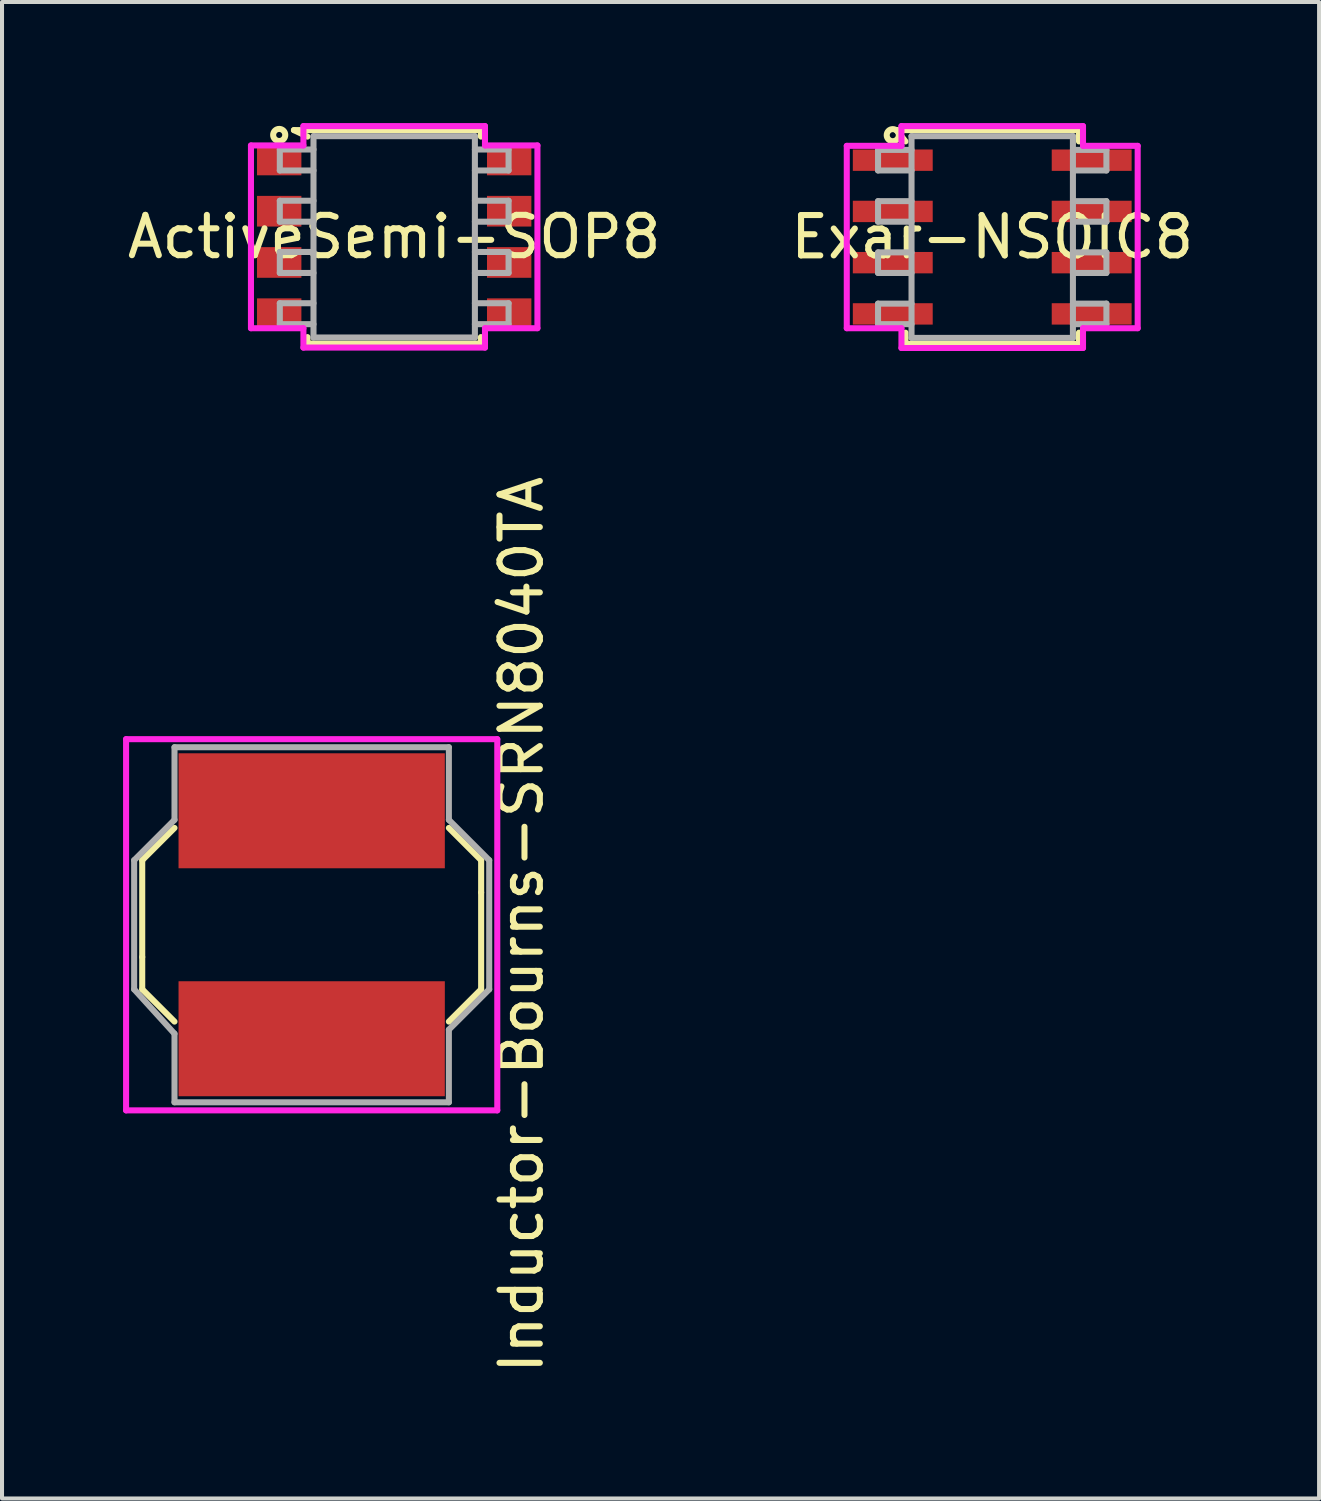
<source format=kicad_pcb>
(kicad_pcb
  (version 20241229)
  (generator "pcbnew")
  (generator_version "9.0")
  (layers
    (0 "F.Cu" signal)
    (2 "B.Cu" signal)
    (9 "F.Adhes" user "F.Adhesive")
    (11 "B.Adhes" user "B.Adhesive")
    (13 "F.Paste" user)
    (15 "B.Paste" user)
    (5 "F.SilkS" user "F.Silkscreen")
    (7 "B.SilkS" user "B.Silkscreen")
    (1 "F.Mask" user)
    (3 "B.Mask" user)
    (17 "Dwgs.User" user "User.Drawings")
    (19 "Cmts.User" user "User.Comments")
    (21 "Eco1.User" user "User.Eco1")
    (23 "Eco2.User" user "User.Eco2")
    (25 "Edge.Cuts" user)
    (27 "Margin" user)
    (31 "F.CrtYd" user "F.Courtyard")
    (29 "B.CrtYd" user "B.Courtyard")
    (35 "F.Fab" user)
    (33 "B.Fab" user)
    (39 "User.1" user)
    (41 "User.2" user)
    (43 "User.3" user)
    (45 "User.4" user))
  (footprint "ActiveSemi-SOP8"
    (layer "F.Cu")
    (at 6.72 2.82)
    (property "Reference" "ActiveSemi-SOP8" (at 0 0 0) (layer "F.SilkS") (effects (font (size 1 1) (thickness 0.15))))
    (attr through_hole)
    (fp_line (start -2.485 -2.645) (end 2.15 -2.645) (stroke (width 0.15) (type solid)) (layer "F.SilkS"))
    (fp_line (start -2.15 -2.485) (end -2.485 -2.645) (stroke (width 0.15) (type solid)) (layer "F.SilkS"))
    (fp_line (start -2.15 2.645) (end -2.15 2.485) (stroke (width 0.15) (type solid)) (layer "F.SilkS"))
    (fp_line (start 2.15 -2.645) (end 2.15 -2.485) (stroke (width 0.15) (type solid)) (layer "F.SilkS"))
    (fp_line (start 2.15 2.485) (end 2.15 2.645) (stroke (width 0.15) (type solid)) (layer "F.SilkS"))
    (fp_line (start 2.15 2.645) (end -2.15 2.645) (stroke (width 0.15) (type solid)) (layer "F.SilkS"))
    (fp_circle (center -2.85 -2.525) (end -2.85 -2.375) (stroke (width 0.15) (type solid)) (fill no) (layer "F.SilkS"))
    (fp_line (start -3.55 -2.265) (end -2.25 -2.265) (stroke (width 0.15) (type solid)) (layer "F.CrtYd"))
    (fp_line (start -3.55 2.265) (end -3.55 -2.265) (stroke (width 0.15) (type solid)) (layer "F.CrtYd"))
    (fp_line (start -2.25 -2.745) (end 2.25 -2.745) (stroke (width 0.15) (type solid)) (layer "F.CrtYd"))
    (fp_line (start -2.25 -2.265) (end -2.25 -2.745) (stroke (width 0.15) (type solid)) (layer "F.CrtYd"))
    (fp_line (start -2.25 2.265) (end -3.55 2.265) (stroke (width 0.15) (type solid)) (layer "F.CrtYd"))
    (fp_line (start -2.25 2.745) (end -2.25 2.265) (stroke (width 0.15) (type solid)) (layer "F.CrtYd"))
    (fp_line (start 2.25 -2.745) (end 2.25 -2.265) (stroke (width 0.15) (type solid)) (layer "F.CrtYd"))
    (fp_line (start 2.25 -2.265) (end 3.55 -2.265) (stroke (width 0.15) (type solid)) (layer "F.CrtYd"))
    (fp_line (start 2.25 2.265) (end 2.25 2.745) (stroke (width 0.15) (type solid)) (layer "F.CrtYd"))
    (fp_line (start 2.25 2.745) (end -2.25 2.745) (stroke (width 0.15) (type solid)) (layer "F.CrtYd"))
    (fp_line (start 3.55 -2.265) (end 3.55 2.265) (stroke (width 0.15) (type solid)) (layer "F.CrtYd"))
    (fp_line (start 3.55 2.265) (end 2.25 2.265) (stroke (width 0.15) (type solid)) (layer "F.CrtYd"))
    (fp_line (start -2.835 -2.165) (end -2.835 -1.645) (stroke (width 0.15) (type solid)) (layer "F.Fab"))
    (fp_line (start -2.835 -1.645) (end -2 -1.645) (stroke (width 0.15) (type solid)) (layer "F.Fab"))
    (fp_line (start -2.835 -0.895) (end -2.835 -0.375) (stroke (width 0.15) (type solid)) (layer "F.Fab"))
    (fp_line (start -2.835 -0.375) (end -2 -0.375) (stroke (width 0.15) (type solid)) (layer "F.Fab"))
    (fp_line (start -2.835 0.375) (end -2.835 0.895) (stroke (width 0.15) (type solid)) (layer "F.Fab"))
    (fp_line (start -2.835 0.895) (end -2 0.895) (stroke (width 0.15) (type solid)) (layer "F.Fab"))
    (fp_line (start -2.835 1.645) (end -2.835 2.165) (stroke (width 0.15) (type solid)) (layer "F.Fab"))
    (fp_line (start -2.835 2.165) (end -2 2.165) (stroke (width 0.15) (type solid)) (layer "F.Fab"))
    (fp_line (start -2 -2.495) (end 2 -2.495) (stroke (width 0.15) (type solid)) (layer "F.Fab"))
    (fp_line (start -2 -2.165) (end -2.835 -2.165) (stroke (width 0.15) (type solid)) (layer "F.Fab"))
    (fp_line (start -2 -0.895) (end -2.835 -0.895) (stroke (width 0.15) (type solid)) (layer "F.Fab"))
    (fp_line (start -2 0.375) (end -2.835 0.375) (stroke (width 0.15) (type solid)) (layer "F.Fab"))
    (fp_line (start -2 1.645) (end -2.835 1.645) (stroke (width 0.15) (type solid)) (layer "F.Fab"))
    (fp_line (start -2 2.495) (end -2 -2.495) (stroke (width 0.15) (type solid)) (layer "F.Fab"))
    (fp_line (start 2 -2.495) (end 2 2.495) (stroke (width 0.15) (type solid)) (layer "F.Fab"))
    (fp_line (start 2 -1.645) (end 2.835 -1.645) (stroke (width 0.15) (type solid)) (layer "F.Fab"))
    (fp_line (start 2 -0.375) (end 2.835 -0.375) (stroke (width 0.15) (type solid)) (layer "F.Fab"))
    (fp_line (start 2 0.895) (end 2.835 0.895) (stroke (width 0.15) (type solid)) (layer "F.Fab"))
    (fp_line (start 2 2.165) (end 2.835 2.165) (stroke (width 0.15) (type solid)) (layer "F.Fab"))
    (fp_line (start 2 2.495) (end -2 2.495) (stroke (width 0.15) (type solid)) (layer "F.Fab"))
    (fp_line (start 2.835 -2.165) (end 2 -2.165) (stroke (width 0.15) (type solid)) (layer "F.Fab"))
    (fp_line (start 2.835 -1.645) (end 2.835 -2.165) (stroke (width 0.15) (type solid)) (layer "F.Fab"))
    (fp_line (start 2.835 -0.895) (end 2 -0.895) (stroke (width 0.15) (type solid)) (layer "F.Fab"))
    (fp_line (start 2.835 -0.375) (end 2.835 -0.895) (stroke (width 0.15) (type solid)) (layer "F.Fab"))
    (fp_line (start 2.835 0.375) (end 2 0.375) (stroke (width 0.15) (type solid)) (layer "F.Fab"))
    (fp_line (start 2.835 0.895) (end 2.835 0.375) (stroke (width 0.15) (type solid)) (layer "F.Fab"))
    (fp_line (start 2.835 1.645) (end 2 1.645) (stroke (width 0.15) (type solid)) (layer "F.Fab"))
    (fp_line (start 2.835 2.165) (end 2.835 1.645) (stroke (width 0.15) (type solid)) (layer "F.Fab"))
    (pad "1" smd rect (at -2.85 -1.905) (size 1.1 0.76) (layers "F.Cu" "F.Mask" "F.Paste"))
    (pad "2" smd rect (at -2.85 -0.635) (size 1.1 0.76) (layers "F.Cu" "F.Mask" "F.Paste"))
    (pad "3" smd rect (at -2.85 0.635) (size 1.1 0.76) (layers "F.Cu" "F.Mask" "F.Paste"))
    (pad "4" smd rect (at -2.85 1.905) (size 1.1 0.76) (layers "F.Cu" "F.Mask" "F.Paste"))
    (pad "5" smd rect (at 2.85 1.905) (size 1.1 0.76) (layers "F.Cu" "F.Mask" "F.Paste"))
    (pad "6" smd rect (at 2.85 0.635) (size 1.1 0.76) (layers "F.Cu" "F.Mask" "F.Paste"))
    (pad "7" smd rect (at 2.85 -0.635) (size 1.1 0.76) (layers "F.Cu" "F.Mask" "F.Paste"))
    (pad "8" smd rect (at 2.85 -1.905) (size 1.1 0.76) (layers "F.Cu" "F.Mask" "F.Paste")))
  (footprint "Inductor-Bourns-SRN8040TA"
    (layer "F.Cu")
    (at 4.675 19.87)
    (property "Reference" "Inductor-Bourns-SRN8040TA" (at 5.2 0 90) (layer "F.SilkS") (effects (font (size 1 1) (thickness 0.15))))
    (attr through_hole)
    (fp_line (start -4.2 -1.6) (end -4.2 0.8) (stroke (width 0.15) (type solid)) (layer "F.SilkS"))
    (fp_line (start -4.2 0.8) (end -4.2 1.6) (stroke (width 0.15) (type solid)) (layer "F.SilkS"))
    (fp_line (start -4.2 1.6) (end -3.4 2.4) (stroke (width 0.15) (type solid)) (layer "F.SilkS"))
    (fp_line (start -3.4 -2.4) (end -4.2 -1.6) (stroke (width 0.15) (type solid)) (layer "F.SilkS"))
    (fp_line (start 3.4 2.4) (end 4.2 1.6) (stroke (width 0.15) (type solid)) (layer "F.SilkS"))
    (fp_line (start 4.2 -1.6) (end 3.4 -2.4) (stroke (width 0.15) (type solid)) (layer "F.SilkS"))
    (fp_line (start 4.2 -0.8) (end 4.2 -1.6) (stroke (width 0.15) (type solid)) (layer "F.SilkS"))
    (fp_line (start 4.2 1.6) (end 4.2 -0.8) (stroke (width 0.15) (type solid)) (layer "F.SilkS"))
    (fp_line (start -4.6 -4.6) (end 4.6 -4.6) (stroke (width 0.15) (type solid)) (layer "F.CrtYd"))
    (fp_line (start -4.6 4.6) (end -4.6 -4.6) (stroke (width 0.15) (type solid)) (layer "F.CrtYd"))
    (fp_line (start 4.6 -4.6) (end 4.6 4.6) (stroke (width 0.15) (type solid)) (layer "F.CrtYd"))
    (fp_line (start 4.6 4.6) (end -4.6 4.6) (stroke (width 0.15) (type solid)) (layer "F.CrtYd"))
    (fp_line (start -4.4 -1.6) (end -4.4 1.6) (stroke (width 0.15) (type solid)) (layer "F.Fab"))
    (fp_line (start -4.4 1.6) (end -3.4 2.7) (stroke (width 0.15) (type solid)) (layer "F.Fab"))
    (fp_line (start -3.4 -4.4) (end -3.4 -2.6) (stroke (width 0.15) (type solid)) (layer "F.Fab"))
    (fp_line (start -3.4 -2.6) (end -4.4 -1.6) (stroke (width 0.15) (type solid)) (layer "F.Fab"))
    (fp_line (start -3.4 2.7) (end -3.4 4.4) (stroke (width 0.15) (type solid)) (layer "F.Fab"))
    (fp_line (start -3.4 4.4) (end 3.4 4.4) (stroke (width 0.15) (type solid)) (layer "F.Fab"))
    (fp_line (start 3.4 -4.4) (end -3.4 -4.4) (stroke (width 0.15) (type solid)) (layer "F.Fab"))
    (fp_line (start 3.4 -2.6) (end 3.4 -4.4) (stroke (width 0.15) (type solid)) (layer "F.Fab"))
    (fp_line (start 3.4 2.6) (end 4.4 1.6) (stroke (width 0.15) (type solid)) (layer "F.Fab"))
    (fp_line (start 3.4 4.4) (end 3.4 2.6) (stroke (width 0.15) (type solid)) (layer "F.Fab"))
    (fp_line (start 4.4 -1.6) (end 3.4 -2.6) (stroke (width 0.15) (type solid)) (layer "F.Fab"))
    (fp_line (start 4.4 1.6) (end 4.4 -1.6) (stroke (width 0.15) (type solid)) (layer "F.Fab"))
    (pad "1" smd rect (at 0 -2.825) (size 6.6 2.85) (layers "F.Cu" "F.Mask" "F.Paste"))
    (pad "2" smd rect (at 0 2.825) (size 6.6 2.85) (layers "F.Cu" "F.Mask" "F.Paste")))
  (footprint "Exar-NSOIC8"
    (layer "F.Cu")
    (at 21.542 2.825)
    (property "Reference" "Exar-NSOIC8" (at 0 0 0) (layer "F.SilkS") (effects (font (size 1 1) (thickness 0.15))))
    (attr through_hole)
    (fp_line (start -2.37 -2.65) (end 2.15 -2.65) (stroke (width 0.15) (type solid)) (layer "F.SilkS"))
    (fp_line (start -2.15 -2.37) (end -2.37 -2.65) (stroke (width 0.15) (type solid)) (layer "F.SilkS"))
    (fp_line (start -2.15 2.65) (end -2.15 2.37) (stroke (width 0.15) (type solid)) (layer "F.SilkS"))
    (fp_line (start 2.15 -2.65) (end 2.15 -2.37) (stroke (width 0.15) (type solid)) (layer "F.SilkS"))
    (fp_line (start 2.15 2.37) (end 2.15 2.65) (stroke (width 0.15) (type solid)) (layer "F.SilkS"))
    (fp_line (start 2.15 2.65) (end -2.15 2.65) (stroke (width 0.15) (type solid)) (layer "F.SilkS"))
    (fp_circle (center -2.465 -2.525) (end -2.465 -2.375) (stroke (width 0.15) (type solid)) (fill no) (layer "F.SilkS"))
    (fp_line (start -3.605 -2.26) (end -2.25 -2.26) (stroke (width 0.15) (type solid)) (layer "F.CrtYd"))
    (fp_line (start -3.605 2.26) (end -3.605 -2.26) (stroke (width 0.15) (type solid)) (layer "F.CrtYd"))
    (fp_line (start -2.25 -2.75) (end 2.25 -2.75) (stroke (width 0.15) (type solid)) (layer "F.CrtYd"))
    (fp_line (start -2.25 -2.26) (end -2.25 -2.75) (stroke (width 0.15) (type solid)) (layer "F.CrtYd"))
    (fp_line (start -2.25 2.26) (end -3.605 2.26) (stroke (width 0.15) (type solid)) (layer "F.CrtYd"))
    (fp_line (start -2.25 2.75) (end -2.25 2.26) (stroke (width 0.15) (type solid)) (layer "F.CrtYd"))
    (fp_line (start 2.25 -2.75) (end 2.25 -2.26) (stroke (width 0.15) (type solid)) (layer "F.CrtYd"))
    (fp_line (start 2.25 -2.26) (end 3.605 -2.26) (stroke (width 0.15) (type solid)) (layer "F.CrtYd"))
    (fp_line (start 2.25 2.26) (end 2.25 2.75) (stroke (width 0.15) (type solid)) (layer "F.CrtYd"))
    (fp_line (start 2.25 2.75) (end -2.25 2.75) (stroke (width 0.15) (type solid)) (layer "F.CrtYd"))
    (fp_line (start 3.605 -2.26) (end 3.605 2.26) (stroke (width 0.15) (type solid)) (layer "F.CrtYd"))
    (fp_line (start 3.605 2.26) (end 2.25 2.26) (stroke (width 0.15) (type solid)) (layer "F.CrtYd"))
    (fp_line (start -2.83 -2.16) (end -2.83 -1.65) (stroke (width 0.15) (type solid)) (layer "F.Fab"))
    (fp_line (start -2.83 -1.65) (end -2 -1.65) (stroke (width 0.15) (type solid)) (layer "F.Fab"))
    (fp_line (start -2.83 -0.89) (end -2.83 -0.38) (stroke (width 0.15) (type solid)) (layer "F.Fab"))
    (fp_line (start -2.83 -0.38) (end -2 -0.38) (stroke (width 0.15) (type solid)) (layer "F.Fab"))
    (fp_line (start -2.83 0.38) (end -2.83 0.89) (stroke (width 0.15) (type solid)) (layer "F.Fab"))
    (fp_line (start -2.83 0.89) (end -2 0.89) (stroke (width 0.15) (type solid)) (layer "F.Fab"))
    (fp_line (start -2.83 1.65) (end -2.83 2.16) (stroke (width 0.15) (type solid)) (layer "F.Fab"))
    (fp_line (start -2.83 2.16) (end -2 2.16) (stroke (width 0.15) (type solid)) (layer "F.Fab"))
    (fp_line (start -2 -2.5) (end 2 -2.5) (stroke (width 0.15) (type solid)) (layer "F.Fab"))
    (fp_line (start -2 -2.16) (end -2.83 -2.16) (stroke (width 0.15) (type solid)) (layer "F.Fab"))
    (fp_line (start -2 -0.89) (end -2.83 -0.89) (stroke (width 0.15) (type solid)) (layer "F.Fab"))
    (fp_line (start -2 0.38) (end -2.83 0.38) (stroke (width 0.15) (type solid)) (layer "F.Fab"))
    (fp_line (start -2 1.65) (end -2.83 1.65) (stroke (width 0.15) (type solid)) (layer "F.Fab"))
    (fp_line (start -2 2.5) (end -2 -2.5) (stroke (width 0.15) (type solid)) (layer "F.Fab"))
    (fp_line (start 2 -2.5) (end 2 2.5) (stroke (width 0.15) (type solid)) (layer "F.Fab"))
    (fp_line (start 2 -1.65) (end 2.83 -1.65) (stroke (width 0.15) (type solid)) (layer "F.Fab"))
    (fp_line (start 2 -0.38) (end 2.83 -0.38) (stroke (width 0.15) (type solid)) (layer "F.Fab"))
    (fp_line (start 2 0.89) (end 2.83 0.89) (stroke (width 0.15) (type solid)) (layer "F.Fab"))
    (fp_line (start 2 2.16) (end 2.83 2.16) (stroke (width 0.15) (type solid)) (layer "F.Fab"))
    (fp_line (start 2 2.5) (end -2 2.5) (stroke (width 0.15) (type solid)) (layer "F.Fab"))
    (fp_line (start 2.83 -2.16) (end 2 -2.16) (stroke (width 0.15) (type solid)) (layer "F.Fab"))
    (fp_line (start 2.83 -1.65) (end 2.83 -2.16) (stroke (width 0.15) (type solid)) (layer "F.Fab"))
    (fp_line (start 2.83 -0.89) (end 2 -0.89) (stroke (width 0.15) (type solid)) (layer "F.Fab"))
    (fp_line (start 2.83 -0.38) (end 2.83 -0.89) (stroke (width 0.15) (type solid)) (layer "F.Fab"))
    (fp_line (start 2.83 0.38) (end 2 0.38) (stroke (width 0.15) (type solid)) (layer "F.Fab"))
    (fp_line (start 2.83 0.89) (end 2.83 0.38) (stroke (width 0.15) (type solid)) (layer "F.Fab"))
    (fp_line (start 2.83 1.65) (end 2 1.65) (stroke (width 0.15) (type solid)) (layer "F.Fab"))
    (fp_line (start 2.83 2.16) (end 2.83 1.65) (stroke (width 0.15) (type solid)) (layer "F.Fab"))
    (pad "1" smd rect (at -2.465 -1.905) (size 1.98 0.53) (layers "F.Cu" "F.Mask" "F.Paste"))
    (pad "2" smd rect (at -2.465 -0.635) (size 1.98 0.53) (layers "F.Cu" "F.Mask" "F.Paste"))
    (pad "3" smd rect (at -2.465 0.635) (size 1.98 0.53) (layers "F.Cu" "F.Mask" "F.Paste"))
    (pad "4" smd rect (at -2.465 1.905) (size 1.98 0.53) (layers "F.Cu" "F.Mask" "F.Paste"))
    (pad "5" smd rect (at 2.465 1.905) (size 1.98 0.53) (layers "F.Cu" "F.Mask" "F.Paste"))
    (pad "6" smd rect (at 2.465 0.635) (size 1.98 0.53) (layers "F.Cu" "F.Mask" "F.Paste"))
    (pad "7" smd rect (at 2.465 -0.635) (size 1.98 0.53) (layers "F.Cu" "F.Mask" "F.Paste"))
    (pad "8" smd rect (at 2.465 -1.905) (size 1.98 0.53) (layers "F.Cu" "F.Mask" "F.Paste")))
  (gr_rect
    (start -3 -3)
    (end 29.643 34.09)
    (stroke (width 0.1) (type default))
    (fill no)
    (layer "Edge.Cuts")))
</source>
